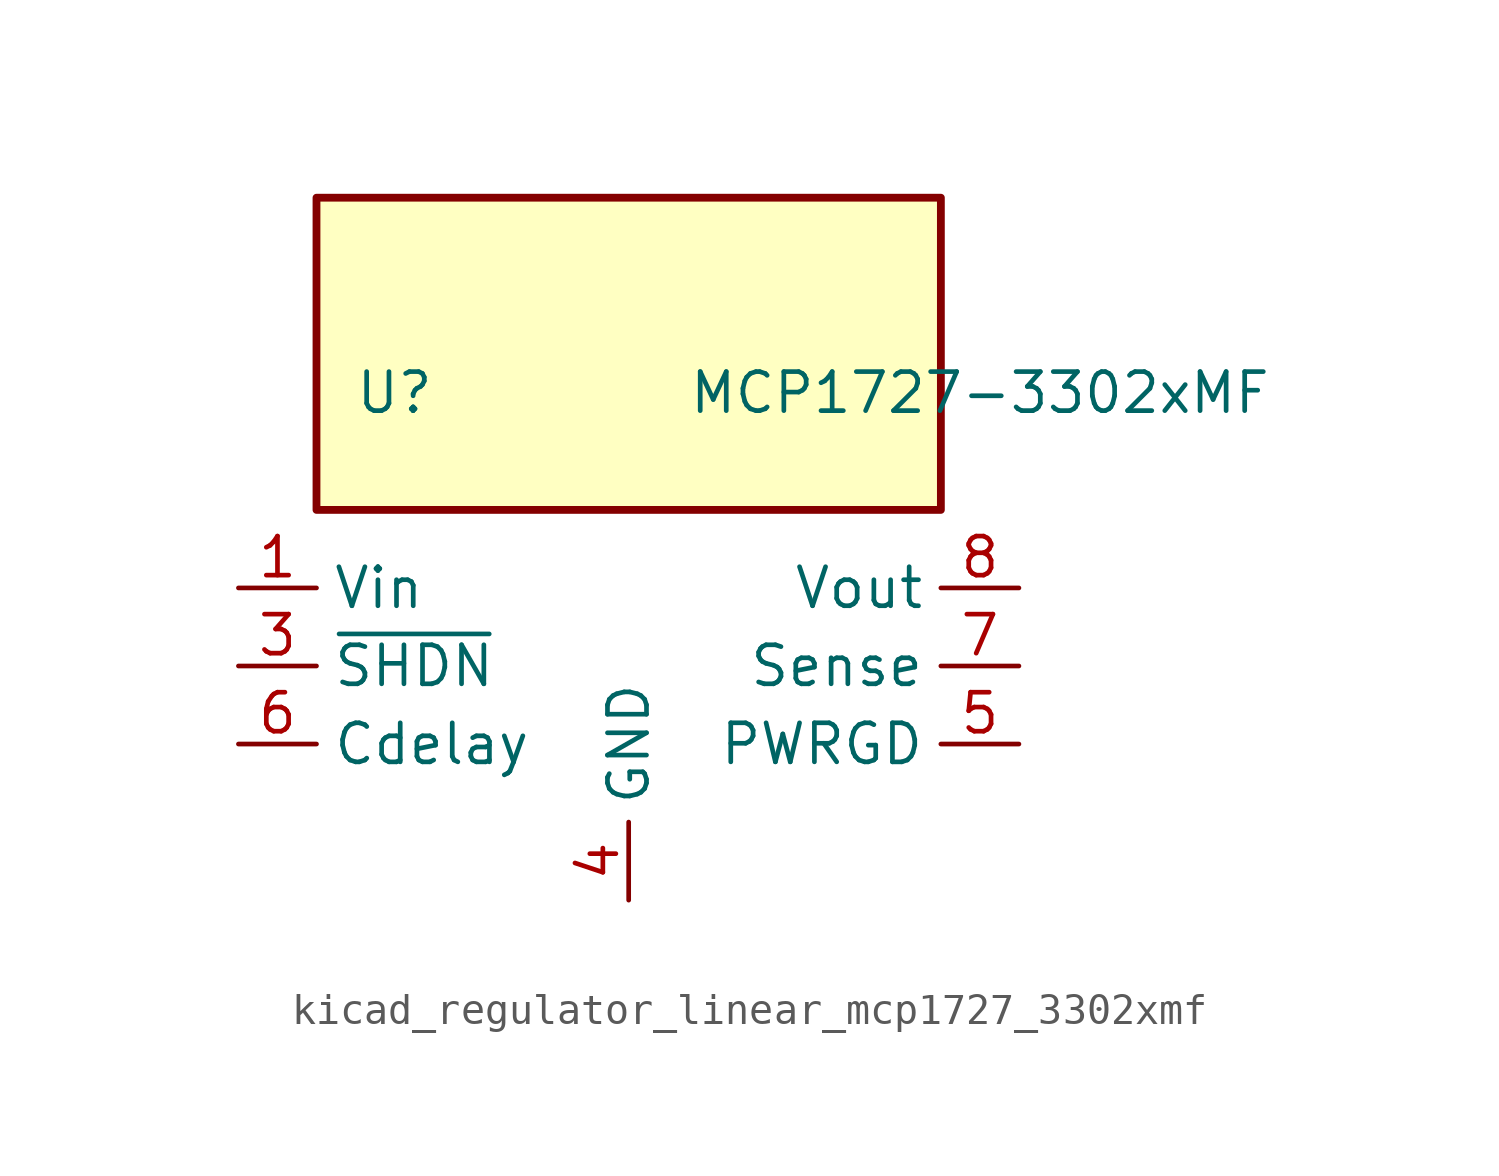
<source format=kicad_sym>
(kicad_symbol_lib
  (version 20220914)
  (generator kicad_symbol_editor)
  (symbol "kicad_regulator_linear_mcp1727_3302xmf"
    (property "Reference" "U"
      (at -7.62 8.89 0)
      (effects (font (size 1.27 1.27))))
    (property "Value" "MCP1727-3302xMF"
      (at 11.43 8.89 0)
      (effects (font (size 1.27 1.27))))
    (symbol "kicad_regulator_linear_mcp1727_3302xmf_0_0"
      (pin open_collector line (at 12.7 -2.54 180) (length 2.54) (name "PWRGD" (effects (font (size 1.27 1.27)))) (number "5" (effects (font (size 1.27 1.27)))))
      (pin input line (at -12.7 -2.54 0) (length 2.54) (name "Cdelay" (effects (font (size 1.27 1.27)))) (number "6" (effects (font (size 1.27 1.27)))))
      (pin input line (at 12.7 0 180) (length 2.54) (name "Sense" (effects (font (size 1.27 1.27)))) (number "7" (effects (font (size 1.27 1.27)))))
      (pin power_out line (at 12.7 2.54 180) (length 2.54) (name "Vout" (effects (font (size 1.27 1.27)))) (number "8" (effects (font (size 1.27 1.27))))))
    (symbol "kicad_regulator_linear_mcp1727_3302xmf_0_1"
      (rectangle (start 10.16 15.24) (end -10.16 5.08) (stroke (width 0.254) (type default)) (fill (type background))))
    (symbol "kicad_regulator_linear_mcp1727_3302xmf_1_1"
      (pin power_in line (at -12.7 2.54 0) (length 2.54) (name "Vin" (effects (font (size 1.27 1.27)))) (number "1" (effects (font (size 1.27 1.27)))))
      (pin passive line (at -12.7 2.54 0) (length 2.54) hide (name "Vin" (effects (font (size 1.27 1.27)))) (number "2" (effects (font (size 1.27 1.27)))))
      (pin input line (at -12.7 0 0) (length 2.54) (name "~{SHDN}" (effects (font (size 1.27 1.27)))) (number "3" (effects (font (size 1.27 1.27)))))
      (pin power_in line (at 0 -7.62 90) (length 2.54) (name "GND" (effects (font (size 1.27 1.27)))) (number "4" (effects (font (size 1.27 1.27)))))
      (pin passive line (at 0 -7.62 90) (length 2.54) hide (name "GND" (effects (font (size 1.27 1.27)))) (number "9" (effects (font (size 1.27 1.27))))))))
</source>
